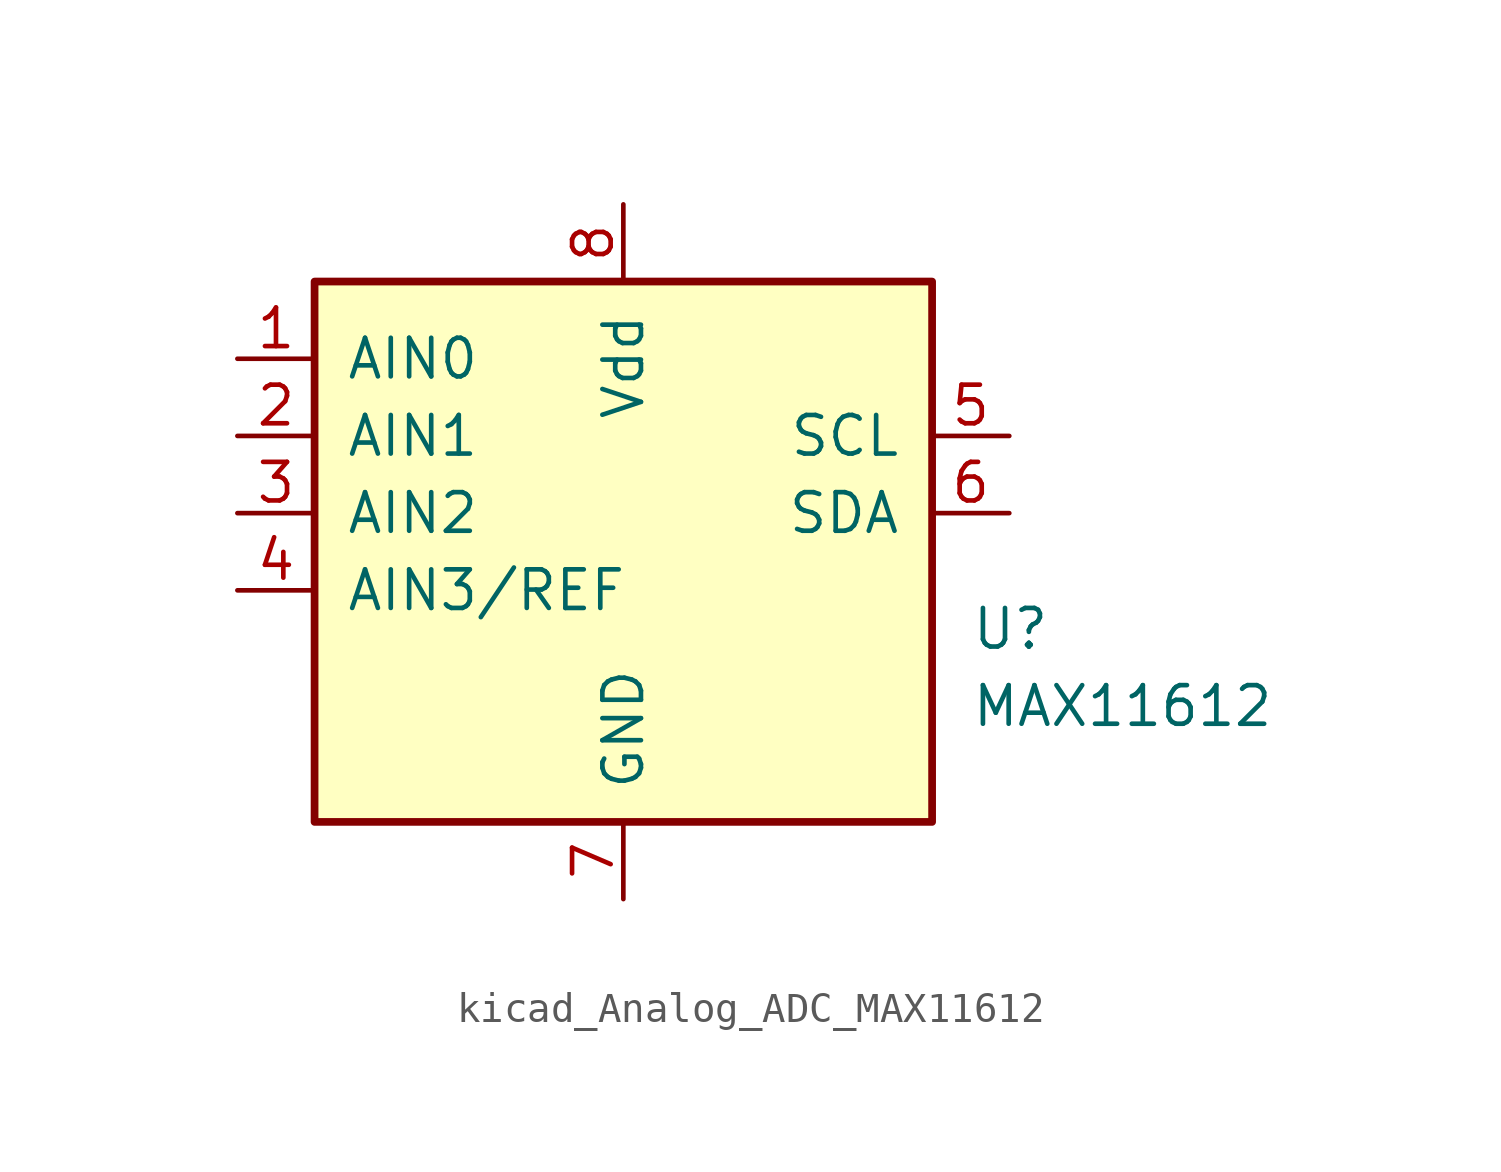
<source format=kicad_sym>
(kicad_symbol_lib
  (version 20220914)
  (generator kicad_symbol_editor)
  (symbol "kicad_Analog_ADC_MAX11612"
    (pin_names
      (offset 1.016))
    (property "Reference" "U"
      (at 11.43 -3.81 0)
      (effects (font (size 1.27 1.27)) (justify left)))
    (property "Value" "MAX11612"
      (at 11.43 -6.35 0)
      (effects (font (size 1.27 1.27)) (justify left)))
    (symbol "kicad_Analog_ADC_MAX11612_0_1"
      (rectangle (start -10.16 7.62) (end 10.16 -10.16) (stroke (width 0.254) (type default)) (fill (type background))))
    (symbol "kicad_Analog_ADC_MAX11612_1_1"
      (pin input line (at -12.7 5.08 0) (length 2.54) (name "AIN0" (effects (font (size 1.27 1.27)))) (number "1" (effects (font (size 1.27 1.27)))))
      (pin input line (at -12.7 2.54 0) (length 2.54) (name "AIN1" (effects (font (size 1.27 1.27)))) (number "2" (effects (font (size 1.27 1.27)))))
      (pin input line (at -12.7 0 0) (length 2.54) (name "AIN2" (effects (font (size 1.27 1.27)))) (number "3" (effects (font (size 1.27 1.27)))))
      (pin input line (at -12.7 -2.54 0) (length 2.54) (name "AIN3/REF" (effects (font (size 1.27 1.27)))) (number "4" (effects (font (size 1.27 1.27)))))
      (pin input line (at 12.7 2.54 180) (length 2.54) (name "SCL" (effects (font (size 1.27 1.27)))) (number "5" (effects (font (size 1.27 1.27)))))
      (pin bidirectional line (at 12.7 0 180) (length 2.54) (name "SDA" (effects (font (size 1.27 1.27)))) (number "6" (effects (font (size 1.27 1.27)))))
      (pin power_in line (at 0 -12.7 90) (length 2.54) (name "GND" (effects (font (size 1.27 1.27)))) (number "7" (effects (font (size 1.27 1.27)))))
      (pin power_in line (at 0 10.16 270) (length 2.54) (name "Vdd" (effects (font (size 1.27 1.27)))) (number "8" (effects (font (size 1.27 1.27))))))))
</source>
